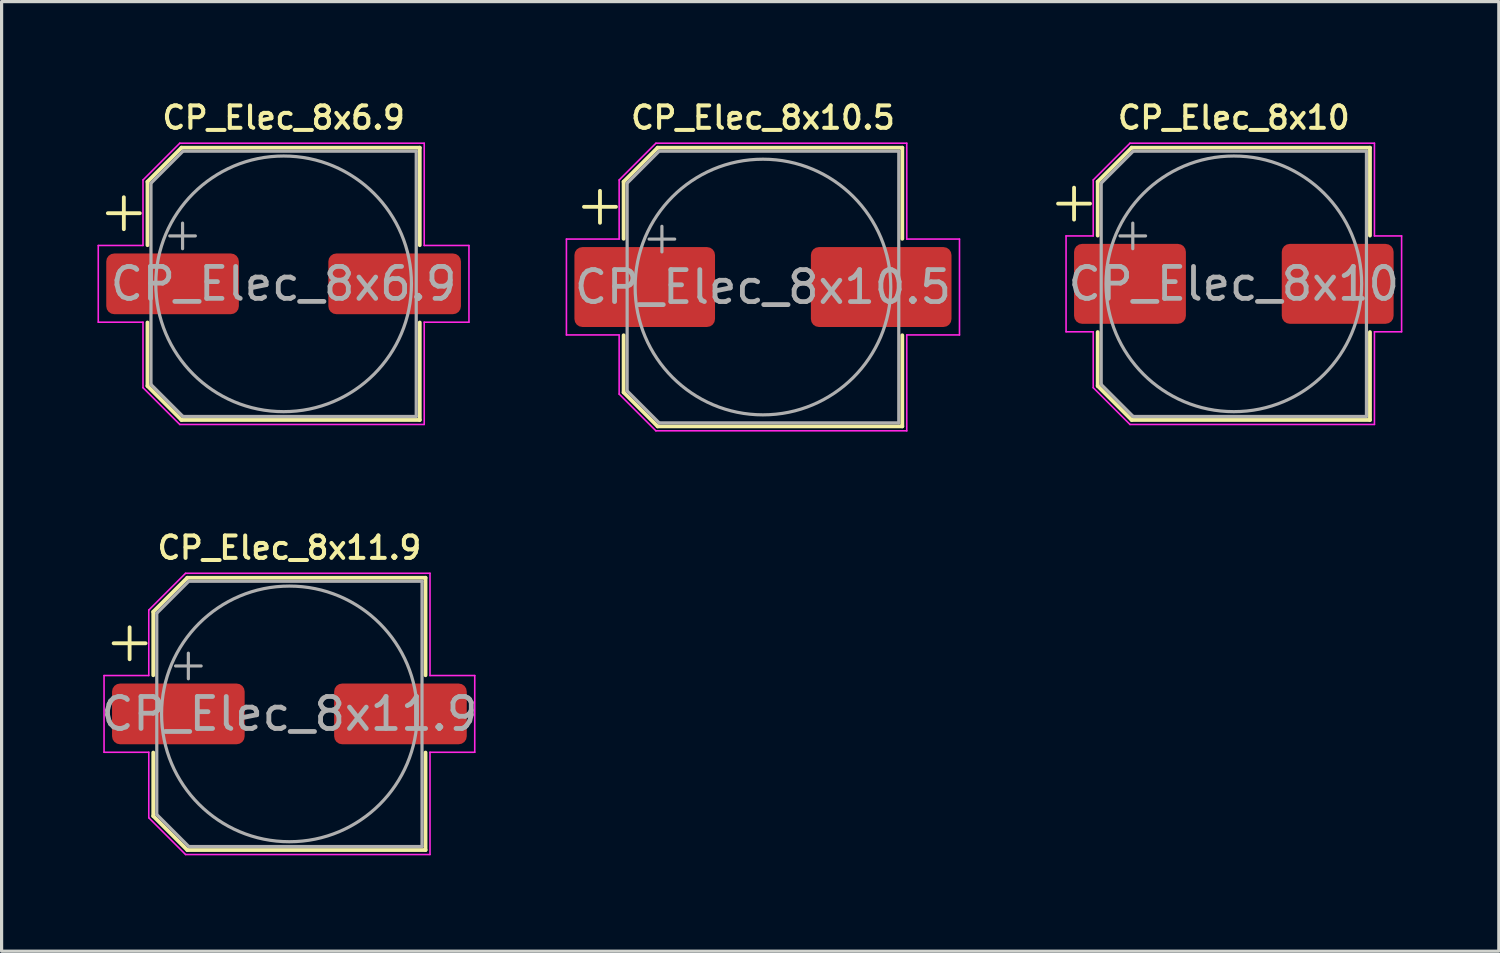
<source format=kicad_pcb>
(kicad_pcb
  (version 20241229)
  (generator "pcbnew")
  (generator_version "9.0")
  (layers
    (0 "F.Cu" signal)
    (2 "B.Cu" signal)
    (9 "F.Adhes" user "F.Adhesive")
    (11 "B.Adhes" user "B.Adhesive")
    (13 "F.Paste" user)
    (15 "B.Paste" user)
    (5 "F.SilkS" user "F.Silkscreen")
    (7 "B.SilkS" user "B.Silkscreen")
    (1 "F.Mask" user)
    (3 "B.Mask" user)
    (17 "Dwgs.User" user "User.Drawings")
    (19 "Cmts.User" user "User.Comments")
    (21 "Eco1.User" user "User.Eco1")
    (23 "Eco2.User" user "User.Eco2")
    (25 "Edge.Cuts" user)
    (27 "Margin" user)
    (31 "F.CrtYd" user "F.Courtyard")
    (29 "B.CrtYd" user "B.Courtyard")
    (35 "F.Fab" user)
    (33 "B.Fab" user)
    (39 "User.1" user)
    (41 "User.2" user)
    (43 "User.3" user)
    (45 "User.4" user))
  (footprint "CP_Elec_8x11.9"
    (layer "F.Cu")
    (at 6.006 19.29)
    (property "Reference" "CP_Elec_8x11.9" (at 0 -5.2 0) (layer "F.SilkS") (effects (font (size 0.7 0.7) (thickness 0.127))))
    (attr smd)
    (fp_line (start -5.5 -2.21) (end -4.5 -2.21) (stroke (width 0.12) (type solid)) (layer "F.SilkS"))
    (fp_line (start -5 -2.71) (end -5 -1.71) (stroke (width 0.12) (type solid)) (layer "F.SilkS"))
    (fp_line (start -4.26 -3.196) (end -4.26 -1.21) (stroke (width 0.12) (type solid)) (layer "F.SilkS"))
    (fp_line (start -4.26 -3.196) (end -3.196 -4.26) (stroke (width 0.12) (type solid)) (layer "F.SilkS"))
    (fp_line (start -4.26 3.196) (end -4.26 1.21) (stroke (width 0.12) (type solid)) (layer "F.SilkS"))
    (fp_line (start -4.26 3.196) (end -3.196 4.26) (stroke (width 0.12) (type solid)) (layer "F.SilkS"))
    (fp_line (start -3.196 -4.26) (end 4.26 -4.26) (stroke (width 0.12) (type solid)) (layer "F.SilkS"))
    (fp_line (start -3.196 4.26) (end 4.26 4.26) (stroke (width 0.12) (type solid)) (layer "F.SilkS"))
    (fp_line (start 4.26 -4.26) (end 4.26 -1.21) (stroke (width 0.12) (type solid)) (layer "F.SilkS"))
    (fp_line (start 4.26 4.26) (end 4.26 1.21) (stroke (width 0.12) (type solid)) (layer "F.SilkS"))
    (fp_line (start -5.8 -1.2) (end -5.8 1.2) (stroke (width 0.05) (type solid)) (layer "F.CrtYd"))
    (fp_line (start -5.8 1.2) (end -4.4 1.2) (stroke (width 0.05) (type solid)) (layer "F.CrtYd"))
    (fp_line (start -4.4 -3.25) (end -4.4 -1.2) (stroke (width 0.05) (type solid)) (layer "F.CrtYd"))
    (fp_line (start -4.4 -3.25) (end -3.25 -4.4) (stroke (width 0.05) (type solid)) (layer "F.CrtYd"))
    (fp_line (start -4.4 -1.2) (end -5.8 -1.2) (stroke (width 0.05) (type solid)) (layer "F.CrtYd"))
    (fp_line (start -4.4 1.2) (end -4.4 3.25) (stroke (width 0.05) (type solid)) (layer "F.CrtYd"))
    (fp_line (start -4.4 3.25) (end -3.25 4.4) (stroke (width 0.05) (type solid)) (layer "F.CrtYd"))
    (fp_line (start -3.25 -4.4) (end 4.4 -4.4) (stroke (width 0.05) (type solid)) (layer "F.CrtYd"))
    (fp_line (start -3.25 4.4) (end 4.4 4.4) (stroke (width 0.05) (type solid)) (layer "F.CrtYd"))
    (fp_line (start 4.4 -4.4) (end 4.4 -1.2) (stroke (width 0.05) (type solid)) (layer "F.CrtYd"))
    (fp_line (start 4.4 -1.2) (end 5.8 -1.2) (stroke (width 0.05) (type solid)) (layer "F.CrtYd"))
    (fp_line (start 4.4 1.2) (end 4.4 4.4) (stroke (width 0.05) (type solid)) (layer "F.CrtYd"))
    (fp_line (start 5.8 -1.2) (end 5.8 1.2) (stroke (width 0.05) (type solid)) (layer "F.CrtYd"))
    (fp_line (start 5.8 1.2) (end 4.4 1.2) (stroke (width 0.05) (type solid)) (layer "F.CrtYd"))
    (fp_line (start -4.15 -3.15) (end -4.15 3.15) (stroke (width 0.1) (type solid)) (layer "F.Fab"))
    (fp_line (start -4.15 -3.15) (end -3.15 -4.15) (stroke (width 0.1) (type solid)) (layer "F.Fab"))
    (fp_line (start -4.15 3.15) (end -3.15 4.15) (stroke (width 0.1) (type solid)) (layer "F.Fab"))
    (fp_line (start -3.562 -1.5) (end -2.762 -1.5) (stroke (width 0.1) (type solid)) (layer "F.Fab"))
    (fp_line (start -3.162 -1.9) (end -3.162 -1.1) (stroke (width 0.1) (type solid)) (layer "F.Fab"))
    (fp_line (start -3.15 -4.15) (end 4.15 -4.15) (stroke (width 0.1) (type solid)) (layer "F.Fab"))
    (fp_line (start -3.15 4.15) (end 4.15 4.15) (stroke (width 0.1) (type solid)) (layer "F.Fab"))
    (fp_line (start 4.15 -4.15) (end 4.15 4.15) (stroke (width 0.1) (type solid)) (layer "F.Fab"))
    (fp_circle (center 0 0) (end 4 0) (stroke (width 0.1) (type solid)) (fill no) (layer "F.Fab"))
    (fp_text user "${REFERENCE}" (at 0 0 0) (layer "F.Fab") (effects (font (size 1 1) (thickness 0.15))))
    (pad "1" smd roundrect (at -3.475 0) (size 4.15 1.9) (layers "F.Cu" "F.Mask" "F.Paste") (roundrect_rratio 0.132))
    (pad "2" smd roundrect (at 3.475 0) (size 4.15 1.9) (layers "F.Cu" "F.Mask" "F.Paste") (roundrect_rratio 0.132)))
  (footprint "CP_Elec_8x6.9"
    (layer "F.Cu")
    (at 5.825 5.832)
    (property "Reference" "CP_Elec_8x6.9" (at 0 -5.2 0) (layer "F.SilkS") (effects (font (size 0.7 0.7) (thickness 0.127))))
    (attr smd)
    (fp_line (start -5.5 -2.21) (end -4.5 -2.21) (stroke (width 0.12) (type solid)) (layer "F.SilkS"))
    (fp_line (start -5 -2.71) (end -5 -1.71) (stroke (width 0.12) (type solid)) (layer "F.SilkS"))
    (fp_line (start -4.26 -3.196) (end -4.26 -1.21) (stroke (width 0.12) (type solid)) (layer "F.SilkS"))
    (fp_line (start -4.26 -3.196) (end -3.196 -4.26) (stroke (width 0.12) (type solid)) (layer "F.SilkS"))
    (fp_line (start -4.26 3.196) (end -4.26 1.21) (stroke (width 0.12) (type solid)) (layer "F.SilkS"))
    (fp_line (start -4.26 3.196) (end -3.196 4.26) (stroke (width 0.12) (type solid)) (layer "F.SilkS"))
    (fp_line (start -3.196 -4.26) (end 4.26 -4.26) (stroke (width 0.12) (type solid)) (layer "F.SilkS"))
    (fp_line (start -3.196 4.26) (end 4.26 4.26) (stroke (width 0.12) (type solid)) (layer "F.SilkS"))
    (fp_line (start 4.26 -4.26) (end 4.26 -1.21) (stroke (width 0.12) (type solid)) (layer "F.SilkS"))
    (fp_line (start 4.26 4.26) (end 4.26 1.21) (stroke (width 0.12) (type solid)) (layer "F.SilkS"))
    (fp_line (start -5.8 -1.2) (end -5.8 1.2) (stroke (width 0.05) (type solid)) (layer "F.CrtYd"))
    (fp_line (start -5.8 1.2) (end -4.4 1.2) (stroke (width 0.05) (type solid)) (layer "F.CrtYd"))
    (fp_line (start -4.4 -3.25) (end -4.4 -1.2) (stroke (width 0.05) (type solid)) (layer "F.CrtYd"))
    (fp_line (start -4.4 -3.25) (end -3.25 -4.4) (stroke (width 0.05) (type solid)) (layer "F.CrtYd"))
    (fp_line (start -4.4 -1.2) (end -5.8 -1.2) (stroke (width 0.05) (type solid)) (layer "F.CrtYd"))
    (fp_line (start -4.4 1.2) (end -4.4 3.25) (stroke (width 0.05) (type solid)) (layer "F.CrtYd"))
    (fp_line (start -4.4 3.25) (end -3.25 4.4) (stroke (width 0.05) (type solid)) (layer "F.CrtYd"))
    (fp_line (start -3.25 -4.4) (end 4.4 -4.4) (stroke (width 0.05) (type solid)) (layer "F.CrtYd"))
    (fp_line (start -3.25 4.4) (end 4.4 4.4) (stroke (width 0.05) (type solid)) (layer "F.CrtYd"))
    (fp_line (start 4.4 -4.4) (end 4.4 -1.2) (stroke (width 0.05) (type solid)) (layer "F.CrtYd"))
    (fp_line (start 4.4 -1.2) (end 5.8 -1.2) (stroke (width 0.05) (type solid)) (layer "F.CrtYd"))
    (fp_line (start 4.4 1.2) (end 4.4 4.4) (stroke (width 0.05) (type solid)) (layer "F.CrtYd"))
    (fp_line (start 5.8 -1.2) (end 5.8 1.2) (stroke (width 0.05) (type solid)) (layer "F.CrtYd"))
    (fp_line (start 5.8 1.2) (end 4.4 1.2) (stroke (width 0.05) (type solid)) (layer "F.CrtYd"))
    (fp_line (start -4.15 -3.15) (end -4.15 3.15) (stroke (width 0.1) (type solid)) (layer "F.Fab"))
    (fp_line (start -4.15 -3.15) (end -3.15 -4.15) (stroke (width 0.1) (type solid)) (layer "F.Fab"))
    (fp_line (start -4.15 3.15) (end -3.15 4.15) (stroke (width 0.1) (type solid)) (layer "F.Fab"))
    (fp_line (start -3.562 -1.5) (end -2.762 -1.5) (stroke (width 0.1) (type solid)) (layer "F.Fab"))
    (fp_line (start -3.162 -1.9) (end -3.162 -1.1) (stroke (width 0.1) (type solid)) (layer "F.Fab"))
    (fp_line (start -3.15 -4.15) (end 4.15 -4.15) (stroke (width 0.1) (type solid)) (layer "F.Fab"))
    (fp_line (start -3.15 4.15) (end 4.15 4.15) (stroke (width 0.1) (type solid)) (layer "F.Fab"))
    (fp_line (start 4.15 -4.15) (end 4.15 4.15) (stroke (width 0.1) (type solid)) (layer "F.Fab"))
    (fp_circle (center 0 0) (end 4 0) (stroke (width 0.1) (type solid)) (fill no) (layer "F.Fab"))
    (fp_text user "${REFERENCE}" (at 0 0 0) (layer "F.Fab") (effects (font (size 1 1) (thickness 0.15))))
    (pad "1" smd roundrect (at -3.475 0) (size 4.15 1.9) (layers "F.Cu" "F.Mask" "F.Paste") (roundrect_rratio 0.132))
    (pad "2" smd roundrect (at 3.475 0) (size 4.15 1.9) (layers "F.Cu" "F.Mask" "F.Paste") (roundrect_rratio 0.132)))
  (footprint "CP_Elec_8x10"
    (layer "F.Cu")
    (at 35.56 5.832)
    (property "Reference" "CP_Elec_8x10" (at 0 -5.2 0) (layer "F.SilkS") (effects (font (size 0.7 0.7) (thickness 0.127))))
    (attr smd)
    (fp_line (start -5.5 -2.51) (end -4.5 -2.51) (stroke (width 0.12) (type solid)) (layer "F.SilkS"))
    (fp_line (start -5 -3.01) (end -5 -2.01) (stroke (width 0.12) (type solid)) (layer "F.SilkS"))
    (fp_line (start -4.26 -3.196) (end -4.26 -1.51) (stroke (width 0.12) (type solid)) (layer "F.SilkS"))
    (fp_line (start -4.26 -3.196) (end -3.196 -4.26) (stroke (width 0.12) (type solid)) (layer "F.SilkS"))
    (fp_line (start -4.26 3.196) (end -4.26 1.51) (stroke (width 0.12) (type solid)) (layer "F.SilkS"))
    (fp_line (start -4.26 3.196) (end -3.196 4.26) (stroke (width 0.12) (type solid)) (layer "F.SilkS"))
    (fp_line (start -3.196 -4.26) (end 4.26 -4.26) (stroke (width 0.12) (type solid)) (layer "F.SilkS"))
    (fp_line (start -3.196 4.26) (end 4.26 4.26) (stroke (width 0.12) (type solid)) (layer "F.SilkS"))
    (fp_line (start 4.26 -4.26) (end 4.26 -1.51) (stroke (width 0.12) (type solid)) (layer "F.SilkS"))
    (fp_line (start 4.26 4.26) (end 4.26 1.51) (stroke (width 0.12) (type solid)) (layer "F.SilkS"))
    (fp_line (start -5.25 -1.5) (end -5.25 1.5) (stroke (width 0.05) (type solid)) (layer "F.CrtYd"))
    (fp_line (start -5.25 1.5) (end -4.4 1.5) (stroke (width 0.05) (type solid)) (layer "F.CrtYd"))
    (fp_line (start -4.4 -3.25) (end -4.4 -1.5) (stroke (width 0.05) (type solid)) (layer "F.CrtYd"))
    (fp_line (start -4.4 -3.25) (end -3.25 -4.4) (stroke (width 0.05) (type solid)) (layer "F.CrtYd"))
    (fp_line (start -4.4 -1.5) (end -5.25 -1.5) (stroke (width 0.05) (type solid)) (layer "F.CrtYd"))
    (fp_line (start -4.4 1.5) (end -4.4 3.25) (stroke (width 0.05) (type solid)) (layer "F.CrtYd"))
    (fp_line (start -4.4 3.25) (end -3.25 4.4) (stroke (width 0.05) (type solid)) (layer "F.CrtYd"))
    (fp_line (start -3.25 -4.4) (end 4.4 -4.4) (stroke (width 0.05) (type solid)) (layer "F.CrtYd"))
    (fp_line (start -3.25 4.4) (end 4.4 4.4) (stroke (width 0.05) (type solid)) (layer "F.CrtYd"))
    (fp_line (start 4.4 -4.4) (end 4.4 -1.5) (stroke (width 0.05) (type solid)) (layer "F.CrtYd"))
    (fp_line (start 4.4 -1.5) (end 5.25 -1.5) (stroke (width 0.05) (type solid)) (layer "F.CrtYd"))
    (fp_line (start 4.4 1.5) (end 4.4 4.4) (stroke (width 0.05) (type solid)) (layer "F.CrtYd"))
    (fp_line (start 5.25 -1.5) (end 5.25 1.5) (stroke (width 0.05) (type solid)) (layer "F.CrtYd"))
    (fp_line (start 5.25 1.5) (end 4.4 1.5) (stroke (width 0.05) (type solid)) (layer "F.CrtYd"))
    (fp_line (start -4.15 -3.15) (end -4.15 3.15) (stroke (width 0.1) (type solid)) (layer "F.Fab"))
    (fp_line (start -4.15 -3.15) (end -3.15 -4.15) (stroke (width 0.1) (type solid)) (layer "F.Fab"))
    (fp_line (start -4.15 3.15) (end -3.15 4.15) (stroke (width 0.1) (type solid)) (layer "F.Fab"))
    (fp_line (start -3.562 -1.5) (end -2.762 -1.5) (stroke (width 0.1) (type solid)) (layer "F.Fab"))
    (fp_line (start -3.162 -1.9) (end -3.162 -1.1) (stroke (width 0.1) (type solid)) (layer "F.Fab"))
    (fp_line (start -3.15 -4.15) (end 4.15 -4.15) (stroke (width 0.1) (type solid)) (layer "F.Fab"))
    (fp_line (start -3.15 4.15) (end 4.15 4.15) (stroke (width 0.1) (type solid)) (layer "F.Fab"))
    (fp_line (start 4.15 -4.15) (end 4.15 4.15) (stroke (width 0.1) (type solid)) (layer "F.Fab"))
    (fp_circle (center 0 0) (end 4 0) (stroke (width 0.1) (type solid)) (fill no) (layer "F.Fab"))
    (fp_text user "${REFERENCE}" (at 0 0 0) (layer "F.Fab") (effects (font (size 1 1) (thickness 0.15))))
    (pad "1" smd roundrect (at -3.25 0) (size 3.5 2.5) (layers "F.Cu" "F.Mask" "F.Paste") (roundrect_rratio 0.1))
    (pad "2" smd roundrect (at 3.25 0) (size 3.5 2.5) (layers "F.Cu" "F.Mask" "F.Paste") (roundrect_rratio 0.1)))
  (footprint "CP_Elec_8x10.5"
    (layer "F.Cu")
    (at 20.825 5.932)
    (property "Reference" "CP_Elec_8x10.5" (at 0 -5.3 0) (layer "F.SilkS") (effects (font (size 0.7 0.7) (thickness 0.127))))
    (attr smd)
    (fp_line (start -5.6 -2.51) (end -4.6 -2.51) (stroke (width 0.12) (type solid)) (layer "F.SilkS"))
    (fp_line (start -5.1 -3.01) (end -5.1 -2.01) (stroke (width 0.12) (type solid)) (layer "F.SilkS"))
    (fp_line (start -4.36 -3.296) (end -4.36 -1.51) (stroke (width 0.12) (type solid)) (layer "F.SilkS"))
    (fp_line (start -4.36 -3.296) (end -3.296 -4.36) (stroke (width 0.12) (type solid)) (layer "F.SilkS"))
    (fp_line (start -4.36 3.296) (end -4.36 1.51) (stroke (width 0.12) (type solid)) (layer "F.SilkS"))
    (fp_line (start -4.36 3.296) (end -3.296 4.36) (stroke (width 0.12) (type solid)) (layer "F.SilkS"))
    (fp_line (start -3.296 -4.36) (end 4.36 -4.36) (stroke (width 0.12) (type solid)) (layer "F.SilkS"))
    (fp_line (start -3.296 4.36) (end 4.36 4.36) (stroke (width 0.12) (type solid)) (layer "F.SilkS"))
    (fp_line (start 4.36 -4.36) (end 4.36 -1.51) (stroke (width 0.12) (type solid)) (layer "F.SilkS"))
    (fp_line (start 4.36 4.36) (end 4.36 1.51) (stroke (width 0.12) (type solid)) (layer "F.SilkS"))
    (fp_line (start -6.15 -1.5) (end -6.15 1.5) (stroke (width 0.05) (type solid)) (layer "F.CrtYd"))
    (fp_line (start -6.15 1.5) (end -4.5 1.5) (stroke (width 0.05) (type solid)) (layer "F.CrtYd"))
    (fp_line (start -4.5 -3.35) (end -4.5 -1.5) (stroke (width 0.05) (type solid)) (layer "F.CrtYd"))
    (fp_line (start -4.5 -3.35) (end -3.35 -4.5) (stroke (width 0.05) (type solid)) (layer "F.CrtYd"))
    (fp_line (start -4.5 -1.5) (end -6.15 -1.5) (stroke (width 0.05) (type solid)) (layer "F.CrtYd"))
    (fp_line (start -4.5 1.5) (end -4.5 3.35) (stroke (width 0.05) (type solid)) (layer "F.CrtYd"))
    (fp_line (start -4.5 3.35) (end -3.35 4.5) (stroke (width 0.05) (type solid)) (layer "F.CrtYd"))
    (fp_line (start -3.35 -4.5) (end 4.5 -4.5) (stroke (width 0.05) (type solid)) (layer "F.CrtYd"))
    (fp_line (start -3.35 4.5) (end 4.5 4.5) (stroke (width 0.05) (type solid)) (layer "F.CrtYd"))
    (fp_line (start 4.5 -4.5) (end 4.5 -1.5) (stroke (width 0.05) (type solid)) (layer "F.CrtYd"))
    (fp_line (start 4.5 -1.5) (end 6.15 -1.5) (stroke (width 0.05) (type solid)) (layer "F.CrtYd"))
    (fp_line (start 4.5 1.5) (end 4.5 4.5) (stroke (width 0.05) (type solid)) (layer "F.CrtYd"))
    (fp_line (start 6.15 -1.5) (end 6.15 1.5) (stroke (width 0.05) (type solid)) (layer "F.CrtYd"))
    (fp_line (start 6.15 1.5) (end 4.5 1.5) (stroke (width 0.05) (type solid)) (layer "F.CrtYd"))
    (fp_line (start -4.25 -3.25) (end -4.25 3.25) (stroke (width 0.1) (type solid)) (layer "F.Fab"))
    (fp_line (start -4.25 -3.25) (end -3.25 -4.25) (stroke (width 0.1) (type solid)) (layer "F.Fab"))
    (fp_line (start -4.25 3.25) (end -3.25 4.25) (stroke (width 0.1) (type solid)) (layer "F.Fab"))
    (fp_line (start -3.562 -1.5) (end -2.762 -1.5) (stroke (width 0.1) (type solid)) (layer "F.Fab"))
    (fp_line (start -3.25 -4.25) (end 4.25 -4.25) (stroke (width 0.1) (type solid)) (layer "F.Fab"))
    (fp_line (start -3.25 4.25) (end 4.25 4.25) (stroke (width 0.1) (type solid)) (layer "F.Fab"))
    (fp_line (start -3.162 -1.9) (end -3.162 -1.1) (stroke (width 0.1) (type solid)) (layer "F.Fab"))
    (fp_line (start 4.25 -4.25) (end 4.25 4.25) (stroke (width 0.1) (type solid)) (layer "F.Fab"))
    (fp_circle (center 0 0) (end 4 0) (stroke (width 0.1) (type solid)) (fill no) (layer "F.Fab"))
    (fp_text user "${REFERENCE}" (at 0 0 0) (layer "F.Fab") (effects (font (size 1 1) (thickness 0.15))))
    (pad "1" smd roundrect (at -3.7 0) (size 4.4 2.5) (layers "F.Cu" "F.Mask" "F.Paste") (roundrect_rratio 0.1))
    (pad "2" smd roundrect (at 3.7 0) (size 4.4 2.5) (layers "F.Cu" "F.Mask" "F.Paste") (roundrect_rratio 0.1)))
  (gr_rect
    (start -3 -3)
    (end 43.852 26.715)
    (stroke (width 0.1) (type default))
    (fill no)
    (layer "Edge.Cuts")))
</source>
